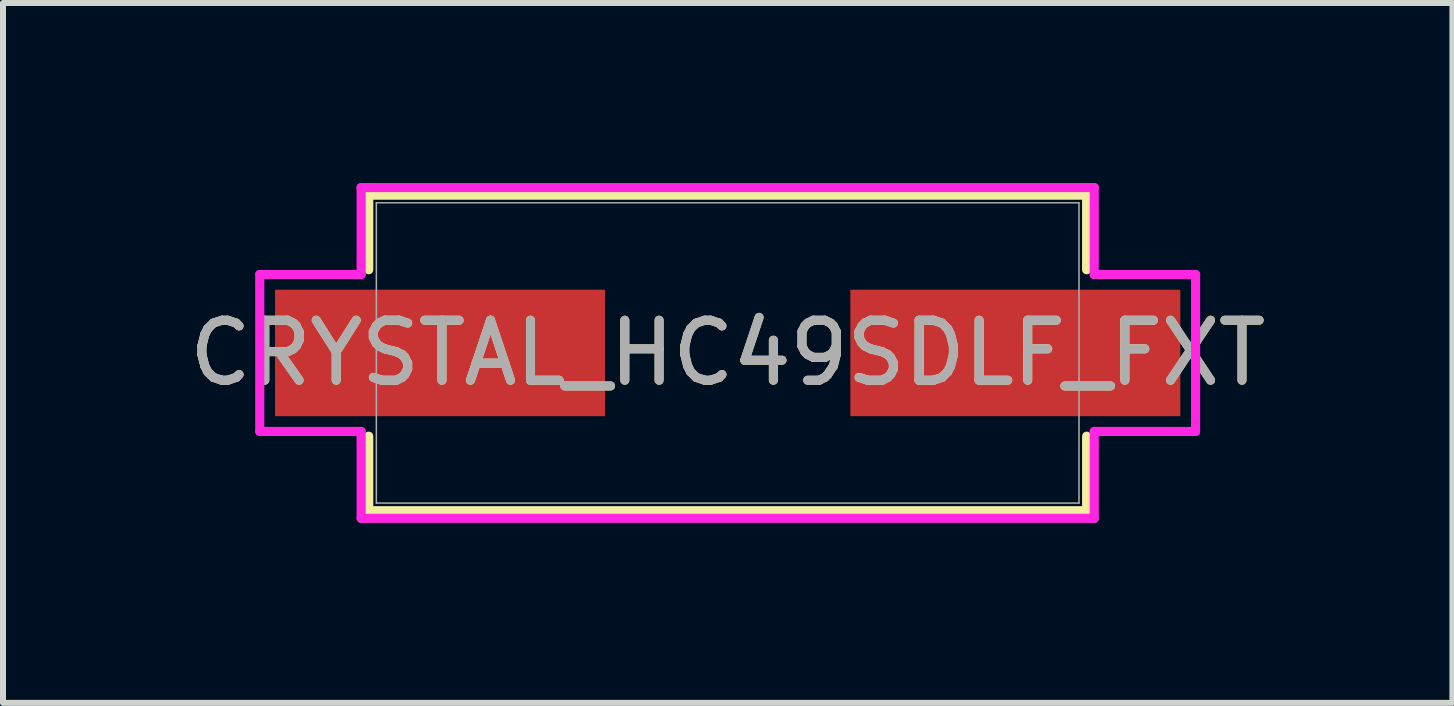
<source format=kicad_pcb>
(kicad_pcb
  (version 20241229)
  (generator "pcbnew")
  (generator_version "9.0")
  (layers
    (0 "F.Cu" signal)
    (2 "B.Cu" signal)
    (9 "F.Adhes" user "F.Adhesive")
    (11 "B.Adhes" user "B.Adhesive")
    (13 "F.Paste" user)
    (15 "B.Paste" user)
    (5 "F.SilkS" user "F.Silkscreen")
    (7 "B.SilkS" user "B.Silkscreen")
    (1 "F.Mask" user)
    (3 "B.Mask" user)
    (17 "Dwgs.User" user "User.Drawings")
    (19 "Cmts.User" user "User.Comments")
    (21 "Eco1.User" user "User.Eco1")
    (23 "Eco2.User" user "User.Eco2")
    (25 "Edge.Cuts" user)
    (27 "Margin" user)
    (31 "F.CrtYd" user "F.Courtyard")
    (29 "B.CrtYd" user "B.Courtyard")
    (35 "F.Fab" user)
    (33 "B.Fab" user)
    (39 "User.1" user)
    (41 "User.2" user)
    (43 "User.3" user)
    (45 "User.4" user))
  (footprint "CRYSTAL_HC49SDLF_FXT"
    (layer "F.Cu")
    (at 9.077 2.832)
    (property "Reference" "CRYSTAL_HC49SDLF_FXT" (at 0 0 0) (unlocked yes) (layer "F.SilkS") (effects (font (size 1 1) (thickness 0.15))))
    (attr smd)
    (fp_line (start -5.982 -2.629) (end -5.982 -1.387) (stroke (width 0.152) (type solid)) (layer "F.SilkS"))
    (fp_line (start -5.982 1.387) (end -5.982 2.629) (stroke (width 0.152) (type solid)) (layer "F.SilkS"))
    (fp_line (start -5.982 2.629) (end 5.982 2.629) (stroke (width 0.152) (type solid)) (layer "F.SilkS"))
    (fp_line (start 5.982 -2.629) (end -5.982 -2.629) (stroke (width 0.152) (type solid)) (layer "F.SilkS"))
    (fp_line (start 5.982 -1.387) (end 5.982 -2.629) (stroke (width 0.152) (type solid)) (layer "F.SilkS"))
    (fp_line (start 5.982 2.629) (end 5.982 1.387) (stroke (width 0.152) (type solid)) (layer "F.SilkS"))
    (fp_line (start -7.798 -1.308) (end -6.109 -1.308) (stroke (width 0.152) (type solid)) (layer "F.CrtYd"))
    (fp_line (start -7.798 1.308) (end -7.798 -1.308) (stroke (width 0.152) (type solid)) (layer "F.CrtYd"))
    (fp_line (start -6.109 -2.756) (end 6.109 -2.756) (stroke (width 0.152) (type solid)) (layer "F.CrtYd"))
    (fp_line (start -6.109 -1.308) (end -6.109 -2.756) (stroke (width 0.152) (type solid)) (layer "F.CrtYd"))
    (fp_line (start -6.109 1.308) (end -7.798 1.308) (stroke (width 0.152) (type solid)) (layer "F.CrtYd"))
    (fp_line (start -6.109 2.756) (end -6.109 1.308) (stroke (width 0.152) (type solid)) (layer "F.CrtYd"))
    (fp_line (start 6.109 -2.756) (end 6.109 -1.308) (stroke (width 0.152) (type solid)) (layer "F.CrtYd"))
    (fp_line (start 6.109 -1.308) (end 7.798 -1.308) (stroke (width 0.152) (type solid)) (layer "F.CrtYd"))
    (fp_line (start 6.109 1.308) (end 6.109 2.756) (stroke (width 0.152) (type solid)) (layer "F.CrtYd"))
    (fp_line (start 6.109 2.756) (end -6.109 2.756) (stroke (width 0.152) (type solid)) (layer "F.CrtYd"))
    (fp_line (start 7.798 -1.308) (end 7.798 1.308) (stroke (width 0.152) (type solid)) (layer "F.CrtYd"))
    (fp_line (start 7.798 1.308) (end 6.109 1.308) (stroke (width 0.152) (type solid)) (layer "F.CrtYd"))
    (fp_line (start -5.855 -2.502) (end -5.855 2.502) (stroke (width 0.025) (type solid)) (layer "F.Fab"))
    (fp_line (start -5.855 2.502) (end 5.855 2.502) (stroke (width 0.025) (type solid)) (layer "F.Fab"))
    (fp_line (start 5.855 -2.502) (end -5.855 -2.502) (stroke (width 0.025) (type solid)) (layer "F.Fab"))
    (fp_line (start 5.855 2.502) (end 5.855 -2.502) (stroke (width 0.025) (type solid)) (layer "F.Fab"))
    (fp_text user "${REFERENCE}" (at 0 0 0) (unlocked yes) (layer "F.Fab") (effects (font (size 1 1) (thickness 0.15))))
    (pad "1" smd rect (at -4.794 0) (size 5.499 2.108) (layers "F.Cu" "F.Mask" "F.Paste"))
    (pad "2" smd rect (at 4.794 0) (size 5.499 2.108) (layers "F.Cu" "F.Mask" "F.Paste"))
    (zone (net_name "") (layer "F.Cu") (hatch full 0.508) (connect_pads) (min_thickness 0.254) (filled_areas_thickness no) (keepout (tracks not_allowed) (vias not_allowed) (pads allowed) (copperpour not_allowed) (footprints allowed)) (placement (enabled no)) (fill) (polygon (pts (xy 7.083 0.381) (xy 11.071 0.381) (xy 11.071 5.283) (xy 7.083 5.283)))))
  (gr_rect
    (start -3 -3)
    (end 21.155 8.664)
    (stroke (width 0.1) (type default))
    (fill no)
    (layer "Edge.Cuts")))
</source>
